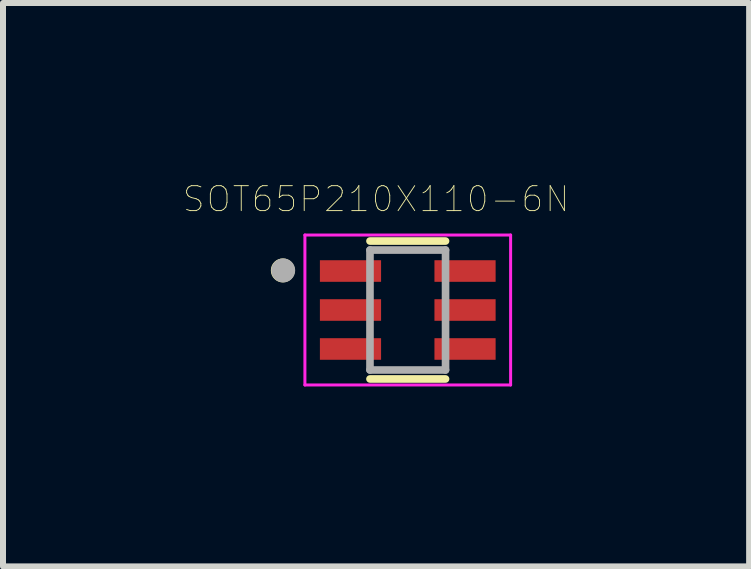
<source format=kicad_pcb>
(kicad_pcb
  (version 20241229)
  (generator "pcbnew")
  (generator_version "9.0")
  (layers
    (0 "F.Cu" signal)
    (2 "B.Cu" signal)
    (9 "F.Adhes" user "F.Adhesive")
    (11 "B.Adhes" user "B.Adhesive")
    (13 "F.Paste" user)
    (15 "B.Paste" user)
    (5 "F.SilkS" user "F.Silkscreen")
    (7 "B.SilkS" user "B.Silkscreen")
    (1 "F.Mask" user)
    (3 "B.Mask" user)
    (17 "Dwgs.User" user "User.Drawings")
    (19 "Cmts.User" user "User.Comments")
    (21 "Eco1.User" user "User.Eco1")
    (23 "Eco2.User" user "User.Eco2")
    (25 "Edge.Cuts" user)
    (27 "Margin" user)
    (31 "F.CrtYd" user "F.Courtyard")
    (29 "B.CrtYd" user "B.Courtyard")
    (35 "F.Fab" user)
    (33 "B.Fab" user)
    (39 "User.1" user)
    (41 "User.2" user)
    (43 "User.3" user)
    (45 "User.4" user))
  (footprint "SOT65P210X110-6N"
    (layer "F.Cu")
    (at 3.749 2.119)
    (property "Reference" "SOT65P210X110-6N" (at -0.528 -1.849 0) (layer "F.SilkS") (effects (font (size 0.416 0.416) (thickness 0.015))))
    (attr through_hole)
    (fp_line (start 0.63 -1.15) (end -0.63 -1.15) (stroke (width 0.127) (type solid)) (layer "F.SilkS"))
    (fp_line (start 0.63 1.15) (end -0.63 1.15) (stroke (width 0.127) (type solid)) (layer "F.SilkS"))
    (fp_circle (center -2.083 -0.66) (end -1.983 -0.66) (stroke (width 0.2) (type solid)) (fill no) (layer "F.SilkS"))
    (fp_line (start -1.715 -1.25) (end -1.715 1.25) (stroke (width 0.05) (type solid)) (layer "F.CrtYd"))
    (fp_line (start -1.715 1.25) (end 1.715 1.25) (stroke (width 0.05) (type solid)) (layer "F.CrtYd"))
    (fp_line (start 1.715 -1.25) (end -1.715 -1.25) (stroke (width 0.05) (type solid)) (layer "F.CrtYd"))
    (fp_line (start 1.715 1.25) (end 1.715 -1.25) (stroke (width 0.05) (type solid)) (layer "F.CrtYd"))
    (fp_line (start -0.63 -1) (end -0.63 1) (stroke (width 0.127) (type solid)) (layer "F.Fab"))
    (fp_line (start -0.63 1) (end 0.63 1) (stroke (width 0.127) (type solid)) (layer "F.Fab"))
    (fp_line (start 0.63 -1) (end -0.63 -1) (stroke (width 0.127) (type solid)) (layer "F.Fab"))
    (fp_line (start 0.63 1) (end 0.63 -1) (stroke (width 0.127) (type solid)) (layer "F.Fab"))
    (fp_circle (center -2.077 -0.66) (end -1.977 -0.66) (stroke (width 0.2) (type solid)) (fill no) (layer "F.Fab"))
    (pad "1" smd rect (at -0.955 -0.65) (size 1.02 0.36) (layers "F.Cu" "F.Mask" "F.Paste"))
    (pad "2" smd rect (at -0.955 0) (size 1.02 0.36) (layers "F.Cu" "F.Mask" "F.Paste"))
    (pad "3" smd rect (at -0.955 0.65) (size 1.02 0.36) (layers "F.Cu" "F.Mask" "F.Paste"))
    (pad "4" smd rect (at 0.955 0.65) (size 1.02 0.36) (layers "F.Cu" "F.Mask" "F.Paste"))
    (pad "5" smd rect (at 0.955 0) (size 1.02 0.36) (layers "F.Cu" "F.Mask" "F.Paste"))
    (pad "6" smd rect (at 0.955 -0.65) (size 1.02 0.36) (layers "F.Cu" "F.Mask" "F.Paste")))
  (gr_rect
    (start -3 -3)
    (end 9.441 6.394)
    (stroke (width 0.1) (type default))
    (fill no)
    (layer "Edge.Cuts")))
</source>
